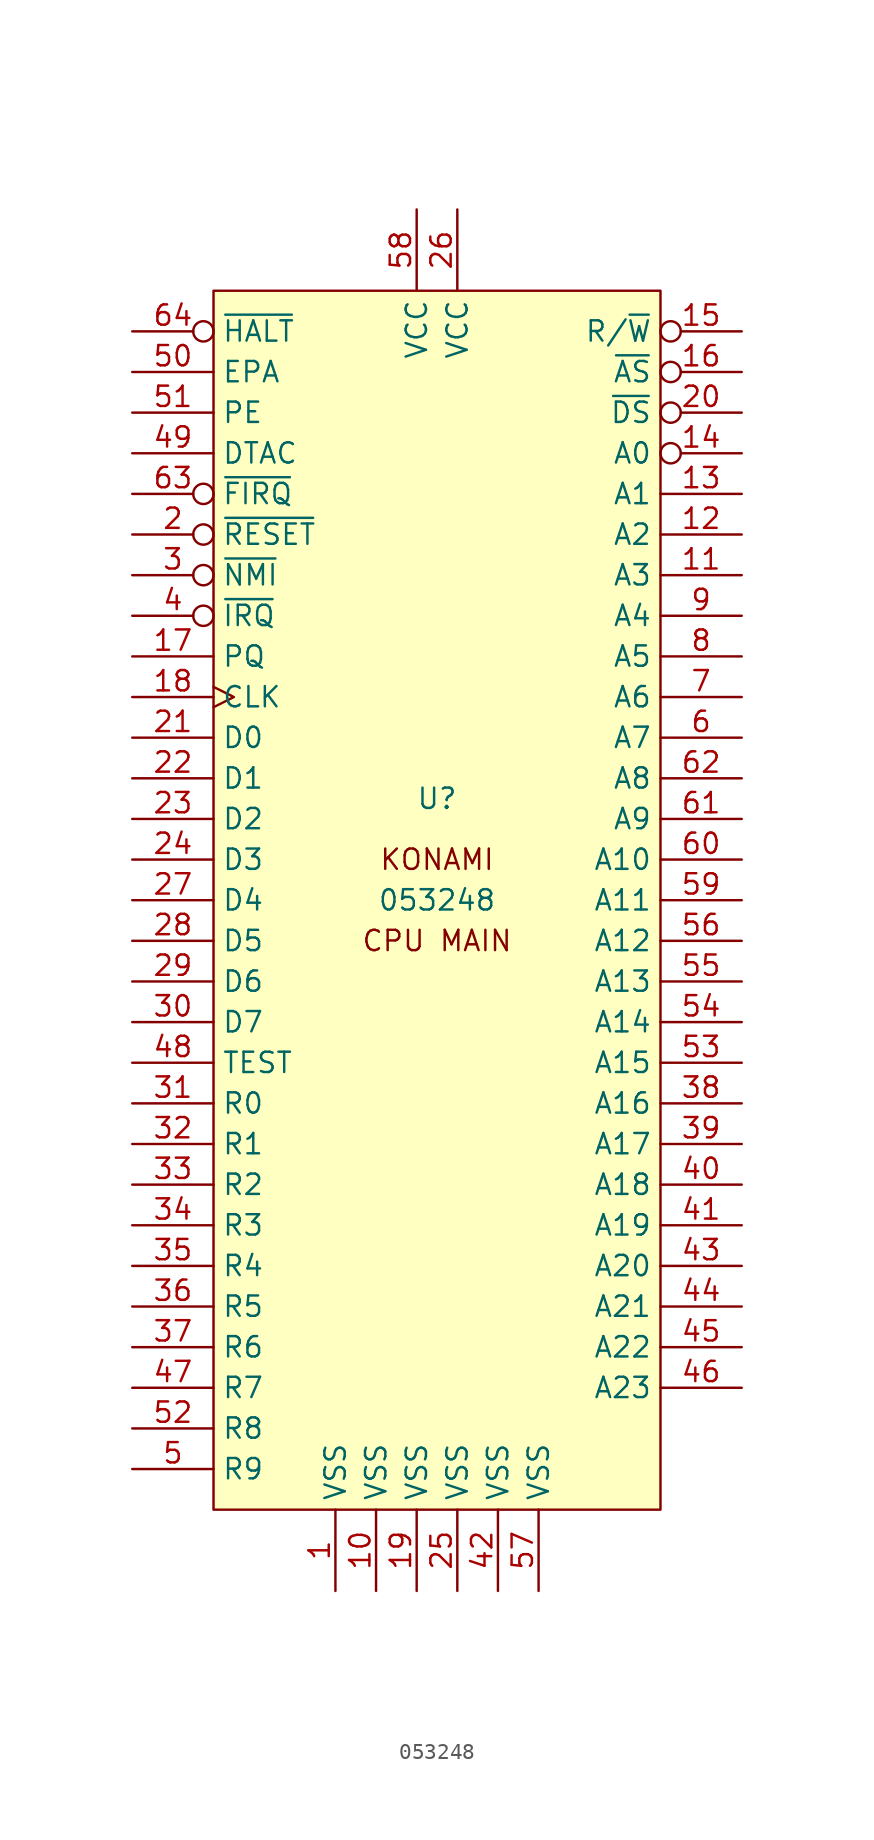
<source format=kicad_sym>
(kicad_symbol_lib
  (version 20231120)
  (generator "kicad_symbol_editor")
  (generator_version "8.0")
  (symbol "053248"
    (property "Reference" "U"
      (at 0 6.35 0)
      (effects (font (size 1.27 1.27))))
    (property "Value" "053248"
      (at 0 0 0)
      (effects (font (size 1.27 1.27))))
    (symbol "053248_0_0"
      (text "CPU MAIN" (at 0 -2.54 0) (effects (font (size 1.27 1.27))))
      (text "KONAMI" (at 0 2.54 0) (effects (font (size 1.27 1.27)))))
    (symbol "053248_0_1"
      (rectangle (start -13.97 38.1) (end 13.97 -38.1) (stroke (width 0.152) (type default)) (fill (type background))))
    (symbol "053248_1_1"
      (pin power_in line (at -6.35 -43.18 90) (length 5.08) (name "VSS" (effects (font (size 1.27 1.27)))) (number "1" (effects (font (size 1.27 1.27)))))
      (pin power_in line (at -3.81 -43.18 90) (length 5.08) (name "VSS" (effects (font (size 1.27 1.27)))) (number "10" (effects (font (size 1.27 1.27)))))
      (pin output line (at 19.05 20.32 180) (length 5.08) (name "A3" (effects (font (size 1.27 1.27)))) (number "11" (effects (font (size 1.27 1.27)))))
      (pin output line (at 19.05 22.86 180) (length 5.08) (name "A2" (effects (font (size 1.27 1.27)))) (number "12" (effects (font (size 1.27 1.27)))))
      (pin output line (at 19.05 25.4 180) (length 5.08) (name "A1" (effects (font (size 1.27 1.27)))) (number "13" (effects (font (size 1.27 1.27)))))
      (pin output inverted (at 19.05 27.94 180) (length 5.08) (name "A0" (effects (font (size 1.27 1.27)))) (number "14" (effects (font (size 1.27 1.27)))))
      (pin output inverted (at 19.05 35.56 180) (length 5.08) (name "R/~{W}" (effects (font (size 1.27 1.27)))) (number "15" (effects (font (size 1.27 1.27)))))
      (pin output inverted (at 19.05 33.02 180) (length 5.08) (name "~{AS}" (effects (font (size 1.27 1.27)))) (number "16" (effects (font (size 1.27 1.27)))))
      (pin input line (at -19.05 15.24 0) (length 5.08) (name "PQ" (effects (font (size 1.27 1.27)))) (number "17" (effects (font (size 1.27 1.27)))))
      (pin input clock (at -19.05 12.7 0) (length 5.08) (name "CLK" (effects (font (size 1.27 1.27)))) (number "18" (effects (font (size 1.27 1.27)))))
      (pin power_in line (at -1.27 -43.18 90) (length 5.08) (name "VSS" (effects (font (size 1.27 1.27)))) (number "19" (effects (font (size 1.27 1.27)))))
      (pin input inverted (at -19.05 22.86 0) (length 5.08) (name "~{RESET}" (effects (font (size 1.27 1.27)))) (number "2" (effects (font (size 1.27 1.27)))))
      (pin output inverted (at 19.05 30.48 180) (length 5.08) (name "~{DS}" (effects (font (size 1.27 1.27)))) (number "20" (effects (font (size 1.27 1.27)))))
      (pin bidirectional line (at -19.05 10.16 0) (length 5.08) (name "D0" (effects (font (size 1.27 1.27)))) (number "21" (effects (font (size 1.27 1.27)))))
      (pin bidirectional line (at -19.05 7.62 0) (length 5.08) (name "D1" (effects (font (size 1.27 1.27)))) (number "22" (effects (font (size 1.27 1.27)))))
      (pin bidirectional line (at -19.05 5.08 0) (length 5.08) (name "D2" (effects (font (size 1.27 1.27)))) (number "23" (effects (font (size 1.27 1.27)))))
      (pin bidirectional line (at -19.05 2.54 0) (length 5.08) (name "D3" (effects (font (size 1.27 1.27)))) (number "24" (effects (font (size 1.27 1.27)))))
      (pin power_in line (at 1.27 -43.18 90) (length 5.08) (name "VSS" (effects (font (size 1.27 1.27)))) (number "25" (effects (font (size 1.27 1.27)))))
      (pin power_in line (at 1.27 43.18 270) (length 5.08) (name "VCC" (effects (font (size 1.27 1.27)))) (number "26" (effects (font (size 1.27 1.27)))))
      (pin bidirectional line (at -19.05 0 0) (length 5.08) (name "D4" (effects (font (size 1.27 1.27)))) (number "27" (effects (font (size 1.27 1.27)))))
      (pin bidirectional line (at -19.05 -2.54 0) (length 5.08) (name "D5" (effects (font (size 1.27 1.27)))) (number "28" (effects (font (size 1.27 1.27)))))
      (pin bidirectional line (at -19.05 -5.08 0) (length 5.08) (name "D6" (effects (font (size 1.27 1.27)))) (number "29" (effects (font (size 1.27 1.27)))))
      (pin input inverted (at -19.05 20.32 0) (length 5.08) (name "~{NMI}" (effects (font (size 1.27 1.27)))) (number "3" (effects (font (size 1.27 1.27)))))
      (pin bidirectional line (at -19.05 -7.62 0) (length 5.08) (name "D7" (effects (font (size 1.27 1.27)))) (number "30" (effects (font (size 1.27 1.27)))))
      (pin unspecified line (at -19.05 -12.7 0) (length 5.08) (name "R0" (effects (font (size 1.27 1.27)))) (number "31" (effects (font (size 1.27 1.27)))))
      (pin unspecified line (at -19.05 -15.24 0) (length 5.08) (name "R1" (effects (font (size 1.27 1.27)))) (number "32" (effects (font (size 1.27 1.27)))))
      (pin unspecified line (at -19.05 -17.78 0) (length 5.08) (name "R2" (effects (font (size 1.27 1.27)))) (number "33" (effects (font (size 1.27 1.27)))))
      (pin unspecified line (at -19.05 -20.32 0) (length 5.08) (name "R3" (effects (font (size 1.27 1.27)))) (number "34" (effects (font (size 1.27 1.27)))))
      (pin unspecified line (at -19.05 -22.86 0) (length 5.08) (name "R4" (effects (font (size 1.27 1.27)))) (number "35" (effects (font (size 1.27 1.27)))))
      (pin unspecified line (at -19.05 -25.4 0) (length 5.08) (name "R5" (effects (font (size 1.27 1.27)))) (number "36" (effects (font (size 1.27 1.27)))))
      (pin unspecified line (at -19.05 -27.94 0) (length 5.08) (name "R6" (effects (font (size 1.27 1.27)))) (number "37" (effects (font (size 1.27 1.27)))))
      (pin output line (at 19.05 -12.7 180) (length 5.08) (name "A16" (effects (font (size 1.27 1.27)))) (number "38" (effects (font (size 1.27 1.27)))))
      (pin output line (at 19.05 -15.24 180) (length 5.08) (name "A17" (effects (font (size 1.27 1.27)))) (number "39" (effects (font (size 1.27 1.27)))))
      (pin input inverted (at -19.05 17.78 0) (length 5.08) (name "~{IRQ}" (effects (font (size 1.27 1.27)))) (number "4" (effects (font (size 1.27 1.27)))))
      (pin output line (at 19.05 -17.78 180) (length 5.08) (name "A18" (effects (font (size 1.27 1.27)))) (number "40" (effects (font (size 1.27 1.27)))))
      (pin output line (at 19.05 -20.32 180) (length 5.08) (name "A19" (effects (font (size 1.27 1.27)))) (number "41" (effects (font (size 1.27 1.27)))))
      (pin power_in line (at 3.81 -43.18 90) (length 5.08) (name "VSS" (effects (font (size 1.27 1.27)))) (number "42" (effects (font (size 1.27 1.27)))))
      (pin output line (at 19.05 -22.86 180) (length 5.08) (name "A20" (effects (font (size 1.27 1.27)))) (number "43" (effects (font (size 1.27 1.27)))))
      (pin output line (at 19.05 -25.4 180) (length 5.08) (name "A21" (effects (font (size 1.27 1.27)))) (number "44" (effects (font (size 1.27 1.27)))))
      (pin output line (at 19.05 -27.94 180) (length 5.08) (name "A22" (effects (font (size 1.27 1.27)))) (number "45" (effects (font (size 1.27 1.27)))))
      (pin output line (at 19.05 -30.48 180) (length 5.08) (name "A23" (effects (font (size 1.27 1.27)))) (number "46" (effects (font (size 1.27 1.27)))))
      (pin unspecified line (at -19.05 -30.48 0) (length 5.08) (name "R7" (effects (font (size 1.27 1.27)))) (number "47" (effects (font (size 1.27 1.27)))))
      (pin unspecified line (at -19.05 -10.16 0) (length 5.08) (name "TEST" (effects (font (size 1.27 1.27)))) (number "48" (effects (font (size 1.27 1.27)))))
      (pin input line (at -19.05 27.94 0) (length 5.08) (name "DTAC" (effects (font (size 1.27 1.27)))) (number "49" (effects (font (size 1.27 1.27)))))
      (pin unspecified line (at -19.05 -35.56 0) (length 5.08) (name "R9" (effects (font (size 1.27 1.27)))) (number "5" (effects (font (size 1.27 1.27)))))
      (pin unspecified line (at -19.05 33.02 0) (length 5.08) (name "EPA" (effects (font (size 1.27 1.27)))) (number "50" (effects (font (size 1.27 1.27)))))
      (pin input line (at -19.05 30.48 0) (length 5.08) (name "PE" (effects (font (size 1.27 1.27)))) (number "51" (effects (font (size 1.27 1.27)))))
      (pin unspecified line (at -19.05 -33.02 0) (length 5.08) (name "R8" (effects (font (size 1.27 1.27)))) (number "52" (effects (font (size 1.27 1.27)))))
      (pin output line (at 19.05 -10.16 180) (length 5.08) (name "A15" (effects (font (size 1.27 1.27)))) (number "53" (effects (font (size 1.27 1.27)))))
      (pin output line (at 19.05 -7.62 180) (length 5.08) (name "A14" (effects (font (size 1.27 1.27)))) (number "54" (effects (font (size 1.27 1.27)))))
      (pin output line (at 19.05 -5.08 180) (length 5.08) (name "A13" (effects (font (size 1.27 1.27)))) (number "55" (effects (font (size 1.27 1.27)))))
      (pin output line (at 19.05 -2.54 180) (length 5.08) (name "A12" (effects (font (size 1.27 1.27)))) (number "56" (effects (font (size 1.27 1.27)))))
      (pin power_in line (at 6.35 -43.18 90) (length 5.08) (name "VSS" (effects (font (size 1.27 1.27)))) (number "57" (effects (font (size 1.27 1.27)))))
      (pin power_in line (at -1.27 43.18 270) (length 5.08) (name "VCC" (effects (font (size 1.27 1.27)))) (number "58" (effects (font (size 1.27 1.27)))))
      (pin output line (at 19.05 0 180) (length 5.08) (name "A11" (effects (font (size 1.27 1.27)))) (number "59" (effects (font (size 1.27 1.27)))))
      (pin output line (at 19.05 10.16 180) (length 5.08) (name "A7" (effects (font (size 1.27 1.27)))) (number "6" (effects (font (size 1.27 1.27)))))
      (pin output line (at 19.05 2.54 180) (length 5.08) (name "A10" (effects (font (size 1.27 1.27)))) (number "60" (effects (font (size 1.27 1.27)))))
      (pin output line (at 19.05 5.08 180) (length 5.08) (name "A9" (effects (font (size 1.27 1.27)))) (number "61" (effects (font (size 1.27 1.27)))))
      (pin output line (at 19.05 7.62 180) (length 5.08) (name "A8" (effects (font (size 1.27 1.27)))) (number "62" (effects (font (size 1.27 1.27)))))
      (pin input inverted (at -19.05 25.4 0) (length 5.08) (name "~{FIRQ}" (effects (font (size 1.27 1.27)))) (number "63" (effects (font (size 1.27 1.27)))))
      (pin input inverted (at -19.05 35.56 0) (length 5.08) (name "~{HALT}" (effects (font (size 1.27 1.27)))) (number "64" (effects (font (size 1.27 1.27)))))
      (pin output line (at 19.05 12.7 180) (length 5.08) (name "A6" (effects (font (size 1.27 1.27)))) (number "7" (effects (font (size 1.27 1.27)))))
      (pin output line (at 19.05 15.24 180) (length 5.08) (name "A5" (effects (font (size 1.27 1.27)))) (number "8" (effects (font (size 1.27 1.27)))))
      (pin output line (at 19.05 17.78 180) (length 5.08) (name "A4" (effects (font (size 1.27 1.27)))) (number "9" (effects (font (size 1.27 1.27))))))))
</source>
